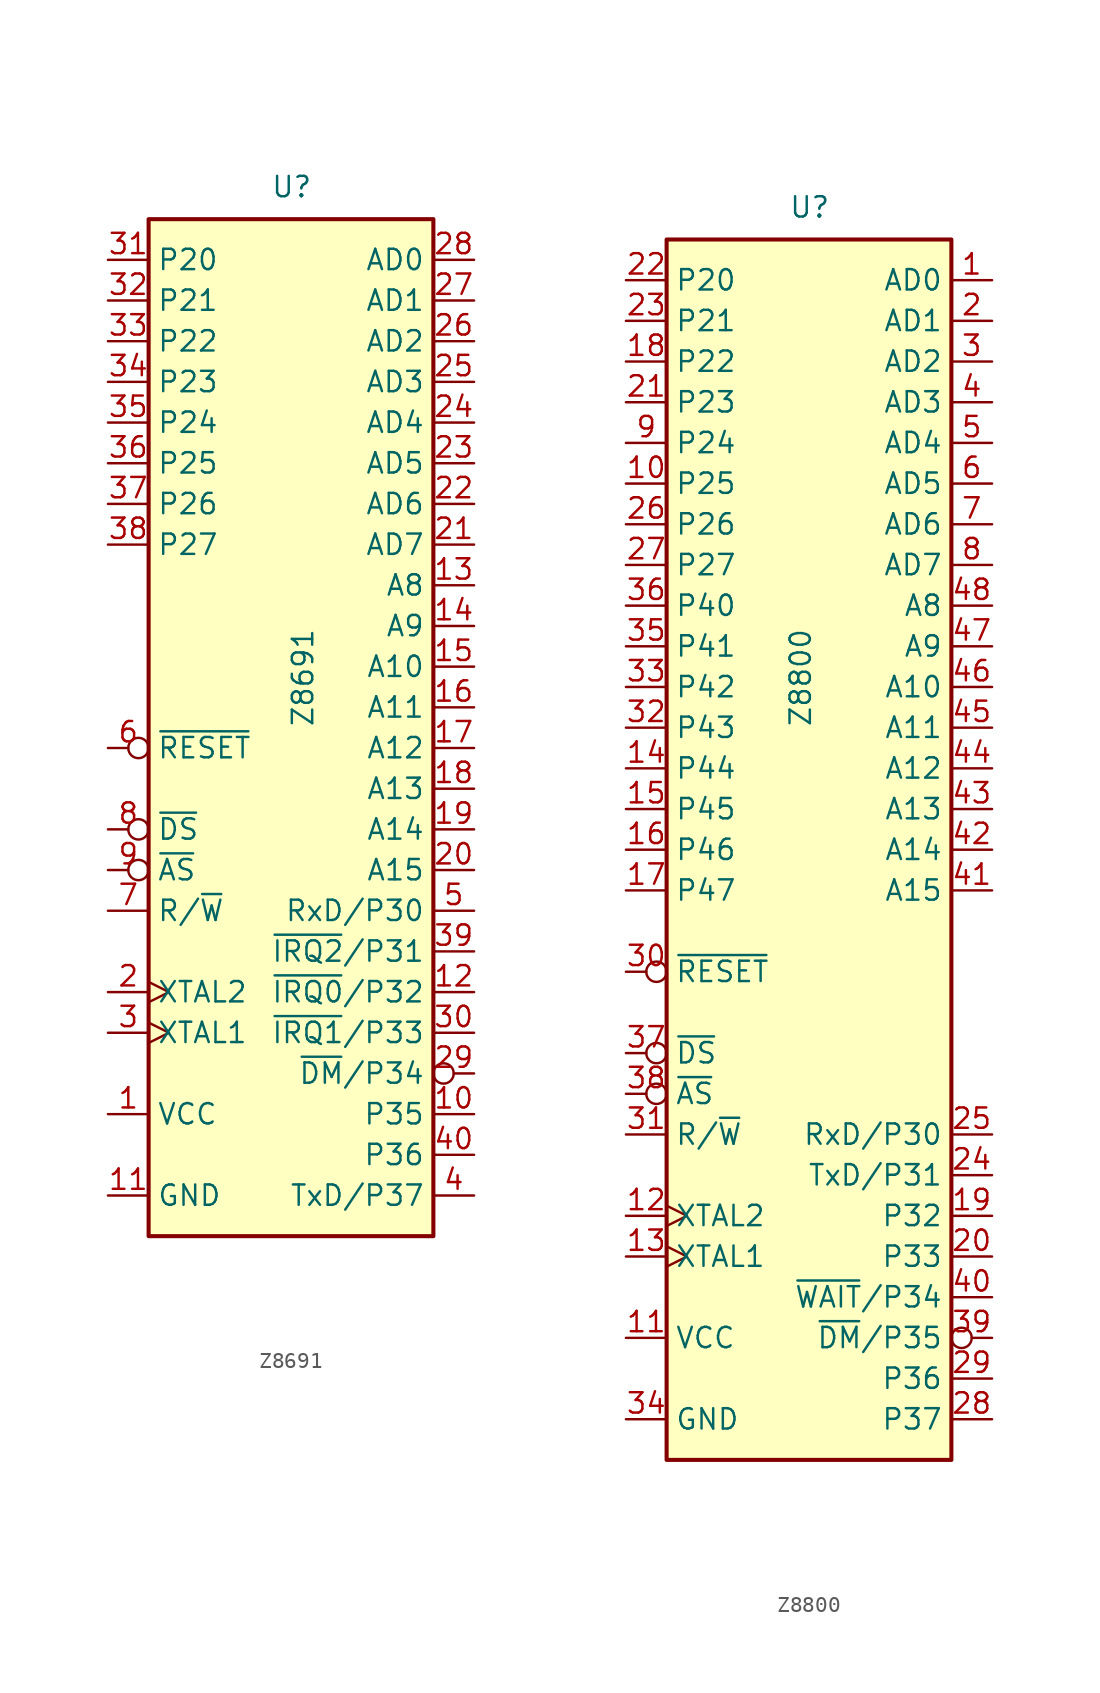
<source format=kicad_sym>
(kicad_symbol_lib
  (version 20211014)
  (generator kicad_symbol_editor)
  (symbol "Z8691"
    (property "Reference" "U"
      (at -1.27 31.75 0)
      (effects (font (size 1.27 1.27)) (justify left bottom)))
    (property "Value" "Z8691"
      (at 0 -1.27 90)
      (effects (font (size 1.27 1.27)) (justify left top)))
    (symbol "Z8691_0_1"
      (rectangle (start -8.89 -33.02) (end 8.89 30.48) (stroke (width 0.254) (type default) (color 0 0 0 0)) (fill (type background))))
    (symbol "Z8691_1_1"
      (pin power_in line (at -11.43 -25.4 0) (length 2.54) (name "VCC" (effects (font (size 1.27 1.27)))) (number "1" (effects (font (size 1.27 1.27)))))
      (pin output line (at 11.43 -25.4 180) (length 2.54) (name "P35" (effects (font (size 1.27 1.27)))) (number "10" (effects (font (size 1.27 1.27)))))
      (pin power_in line (at -11.43 -30.48 0) (length 2.54) (name "GND" (effects (font (size 1.27 1.27)))) (number "11" (effects (font (size 1.27 1.27)))))
      (pin input line (at 11.43 -17.78 180) (length 2.54) (name "~{IRQ0}/P32" (effects (font (size 1.27 1.27)))) (number "12" (effects (font (size 1.27 1.27)))))
      (pin output line (at 11.43 7.62 180) (length 2.54) (name "A8" (effects (font (size 1.27 1.27)))) (number "13" (effects (font (size 1.27 1.27)))))
      (pin output line (at 11.43 5.08 180) (length 2.54) (name "A9" (effects (font (size 1.27 1.27)))) (number "14" (effects (font (size 1.27 1.27)))))
      (pin output line (at 11.43 2.54 180) (length 2.54) (name "A10" (effects (font (size 1.27 1.27)))) (number "15" (effects (font (size 1.27 1.27)))))
      (pin output line (at 11.43 0 180) (length 2.54) (name "A11" (effects (font (size 1.27 1.27)))) (number "16" (effects (font (size 1.27 1.27)))))
      (pin output line (at 11.43 -2.54 180) (length 2.54) (name "A12" (effects (font (size 1.27 1.27)))) (number "17" (effects (font (size 1.27 1.27)))))
      (pin output line (at 11.43 -5.08 180) (length 2.54) (name "A13" (effects (font (size 1.27 1.27)))) (number "18" (effects (font (size 1.27 1.27)))))
      (pin output line (at 11.43 -7.62 180) (length 2.54) (name "A14" (effects (font (size 1.27 1.27)))) (number "19" (effects (font (size 1.27 1.27)))))
      (pin output clock (at -11.43 -17.78 0) (length 2.54) (name "XTAL2" (effects (font (size 1.27 1.27)))) (number "2" (effects (font (size 1.27 1.27)))))
      (pin output line (at 11.43 -10.16 180) (length 2.54) (name "A15" (effects (font (size 1.27 1.27)))) (number "20" (effects (font (size 1.27 1.27)))))
      (pin bidirectional line (at 11.43 10.16 180) (length 2.54) (name "AD7" (effects (font (size 1.27 1.27)))) (number "21" (effects (font (size 1.27 1.27)))))
      (pin bidirectional line (at 11.43 12.7 180) (length 2.54) (name "AD6" (effects (font (size 1.27 1.27)))) (number "22" (effects (font (size 1.27 1.27)))))
      (pin bidirectional line (at 11.43 15.24 180) (length 2.54) (name "AD5" (effects (font (size 1.27 1.27)))) (number "23" (effects (font (size 1.27 1.27)))))
      (pin bidirectional line (at 11.43 17.78 180) (length 2.54) (name "AD4" (effects (font (size 1.27 1.27)))) (number "24" (effects (font (size 1.27 1.27)))))
      (pin bidirectional line (at 11.43 20.32 180) (length 2.54) (name "AD3" (effects (font (size 1.27 1.27)))) (number "25" (effects (font (size 1.27 1.27)))))
      (pin bidirectional line (at 11.43 22.86 180) (length 2.54) (name "AD2" (effects (font (size 1.27 1.27)))) (number "26" (effects (font (size 1.27 1.27)))))
      (pin bidirectional line (at 11.43 25.4 180) (length 2.54) (name "AD1" (effects (font (size 1.27 1.27)))) (number "27" (effects (font (size 1.27 1.27)))))
      (pin bidirectional line (at 11.43 27.94 180) (length 2.54) (name "AD0" (effects (font (size 1.27 1.27)))) (number "28" (effects (font (size 1.27 1.27)))))
      (pin output inverted (at 11.43 -22.86 180) (length 2.54) (name "~{DM}/P34" (effects (font (size 1.27 1.27)))) (number "29" (effects (font (size 1.27 1.27)))))
      (pin input clock (at -11.43 -20.32 0) (length 2.54) (name "XTAL1" (effects (font (size 1.27 1.27)))) (number "3" (effects (font (size 1.27 1.27)))))
      (pin input line (at 11.43 -20.32 180) (length 2.54) (name "~{IRQ1}/P33" (effects (font (size 1.27 1.27)))) (number "30" (effects (font (size 1.27 1.27)))))
      (pin bidirectional line (at -11.43 27.94 0) (length 2.54) (name "P20" (effects (font (size 1.27 1.27)))) (number "31" (effects (font (size 1.27 1.27)))))
      (pin bidirectional line (at -11.43 25.4 0) (length 2.54) (name "P21" (effects (font (size 1.27 1.27)))) (number "32" (effects (font (size 1.27 1.27)))))
      (pin bidirectional line (at -11.43 22.86 0) (length 2.54) (name "P22" (effects (font (size 1.27 1.27)))) (number "33" (effects (font (size 1.27 1.27)))))
      (pin bidirectional line (at -11.43 20.32 0) (length 2.54) (name "P23" (effects (font (size 1.27 1.27)))) (number "34" (effects (font (size 1.27 1.27)))))
      (pin bidirectional line (at -11.43 17.78 0) (length 2.54) (name "P24" (effects (font (size 1.27 1.27)))) (number "35" (effects (font (size 1.27 1.27)))))
      (pin bidirectional line (at -11.43 15.24 0) (length 2.54) (name "P25" (effects (font (size 1.27 1.27)))) (number "36" (effects (font (size 1.27 1.27)))))
      (pin bidirectional line (at -11.43 12.7 0) (length 2.54) (name "P26" (effects (font (size 1.27 1.27)))) (number "37" (effects (font (size 1.27 1.27)))))
      (pin bidirectional line (at -11.43 10.16 0) (length 2.54) (name "P27" (effects (font (size 1.27 1.27)))) (number "38" (effects (font (size 1.27 1.27)))))
      (pin input line (at 11.43 -15.24 180) (length 2.54) (name "~{IRQ2}/P31" (effects (font (size 1.27 1.27)))) (number "39" (effects (font (size 1.27 1.27)))))
      (pin output line (at 11.43 -30.48 180) (length 2.54) (name "TxD/P37" (effects (font (size 1.27 1.27)))) (number "4" (effects (font (size 1.27 1.27)))))
      (pin output line (at 11.43 -27.94 180) (length 2.54) (name "P36" (effects (font (size 1.27 1.27)))) (number "40" (effects (font (size 1.27 1.27)))))
      (pin input line (at 11.43 -12.7 180) (length 2.54) (name "RxD/P30" (effects (font (size 1.27 1.27)))) (number "5" (effects (font (size 1.27 1.27)))))
      (pin input inverted (at -11.43 -2.54 0) (length 2.54) (name "~{RESET}" (effects (font (size 1.27 1.27)))) (number "6" (effects (font (size 1.27 1.27)))))
      (pin output line (at -11.43 -12.7 0) (length 2.54) (name "R/~{W}" (effects (font (size 1.27 1.27)))) (number "7" (effects (font (size 1.27 1.27)))))
      (pin output inverted (at -11.43 -7.62 0) (length 2.54) (name "~{DS}" (effects (font (size 1.27 1.27)))) (number "8" (effects (font (size 1.27 1.27)))))
      (pin output inverted (at -11.43 -10.16 0) (length 2.54) (name "~{AS}" (effects (font (size 1.27 1.27)))) (number "9" (effects (font (size 1.27 1.27)))))))
  (symbol "Z8800"
    (property "Reference" "U"
      (at -1.27 39.37 0)
      (effects (font (size 1.27 1.27)) (justify left bottom)))
    (property "Value" "Z8800"
      (at -1.27 7.62 90)
      (effects (font (size 1.27 1.27)) (justify left top)))
    (symbol "Z8800_0_0"
      (pin bidirectional line (at -11.43 5.08 0) (length 2.54) (name "P44" (effects (font (size 1.27 1.27)))) (number "14" (effects (font (size 1.27 1.27)))))
      (pin bidirectional line (at -11.43 2.54 0) (length 2.54) (name "P45" (effects (font (size 1.27 1.27)))) (number "15" (effects (font (size 1.27 1.27)))))
      (pin bidirectional line (at -11.43 0 0) (length 2.54) (name "P46" (effects (font (size 1.27 1.27)))) (number "16" (effects (font (size 1.27 1.27)))))
      (pin bidirectional line (at -11.43 -2.54 0) (length 2.54) (name "P47" (effects (font (size 1.27 1.27)))) (number "17" (effects (font (size 1.27 1.27)))))
      (pin bidirectional line (at 11.43 -35.56 180) (length 2.54) (name "P37" (effects (font (size 1.27 1.27)))) (number "28" (effects (font (size 1.27 1.27)))))
      (pin bidirectional line (at 11.43 -33.02 180) (length 2.54) (name "P36" (effects (font (size 1.27 1.27)))) (number "29" (effects (font (size 1.27 1.27)))))
      (pin bidirectional line (at -11.43 7.62 0) (length 2.54) (name "P43" (effects (font (size 1.27 1.27)))) (number "32" (effects (font (size 1.27 1.27)))))
      (pin bidirectional line (at -11.43 10.16 0) (length 2.54) (name "P42" (effects (font (size 1.27 1.27)))) (number "33" (effects (font (size 1.27 1.27)))))
      (pin bidirectional line (at -11.43 15.24 0) (length 2.54) (name "P40" (effects (font (size 1.27 1.27)))) (number "36" (effects (font (size 1.27 1.27))))))
    (symbol "Z8800_0_1"
      (rectangle (start -8.89 -38.1) (end 8.89 38.1) (stroke (width 0.254) (type default) (color 0 0 0 0)) (fill (type background))))
    (symbol "Z8800_1_1"
      (pin bidirectional line (at 11.43 35.56 180) (length 2.54) (name "AD0" (effects (font (size 1.27 1.27)))) (number "1" (effects (font (size 1.27 1.27)))))
      (pin bidirectional line (at -11.43 22.86 0) (length 2.54) (name "P25" (effects (font (size 1.27 1.27)))) (number "10" (effects (font (size 1.27 1.27)))))
      (pin power_in line (at -11.43 -30.48 0) (length 2.54) (name "VCC" (effects (font (size 1.27 1.27)))) (number "11" (effects (font (size 1.27 1.27)))))
      (pin output clock (at -11.43 -22.86 0) (length 2.54) (name "XTAL2" (effects (font (size 1.27 1.27)))) (number "12" (effects (font (size 1.27 1.27)))))
      (pin input clock (at -11.43 -25.4 0) (length 2.54) (name "XTAL1" (effects (font (size 1.27 1.27)))) (number "13" (effects (font (size 1.27 1.27)))))
      (pin bidirectional line (at -11.43 30.48 0) (length 2.54) (name "P22" (effects (font (size 1.27 1.27)))) (number "18" (effects (font (size 1.27 1.27)))))
      (pin bidirectional line (at 11.43 -22.86 180) (length 2.54) (name "P32" (effects (font (size 1.27 1.27)))) (number "19" (effects (font (size 1.27 1.27)))))
      (pin bidirectional line (at 11.43 33.02 180) (length 2.54) (name "AD1" (effects (font (size 1.27 1.27)))) (number "2" (effects (font (size 1.27 1.27)))))
      (pin bidirectional line (at 11.43 -25.4 180) (length 2.54) (name "P33" (effects (font (size 1.27 1.27)))) (number "20" (effects (font (size 1.27 1.27)))))
      (pin bidirectional line (at -11.43 27.94 0) (length 2.54) (name "P23" (effects (font (size 1.27 1.27)))) (number "21" (effects (font (size 1.27 1.27)))))
      (pin bidirectional line (at -11.43 35.56 0) (length 2.54) (name "P20" (effects (font (size 1.27 1.27)))) (number "22" (effects (font (size 1.27 1.27)))))
      (pin bidirectional line (at -11.43 33.02 0) (length 2.54) (name "P21" (effects (font (size 1.27 1.27)))) (number "23" (effects (font (size 1.27 1.27)))))
      (pin output line (at 11.43 -20.32 180) (length 2.54) (name "TxD/P31" (effects (font (size 1.27 1.27)))) (number "24" (effects (font (size 1.27 1.27)))))
      (pin input line (at 11.43 -17.78 180) (length 2.54) (name "RxD/P30" (effects (font (size 1.27 1.27)))) (number "25" (effects (font (size 1.27 1.27)))))
      (pin bidirectional line (at -11.43 20.32 0) (length 2.54) (name "P26" (effects (font (size 1.27 1.27)))) (number "26" (effects (font (size 1.27 1.27)))))
      (pin bidirectional line (at -11.43 17.78 0) (length 2.54) (name "P27" (effects (font (size 1.27 1.27)))) (number "27" (effects (font (size 1.27 1.27)))))
      (pin bidirectional line (at 11.43 30.48 180) (length 2.54) (name "AD2" (effects (font (size 1.27 1.27)))) (number "3" (effects (font (size 1.27 1.27)))))
      (pin input inverted (at -11.43 -7.62 0) (length 2.54) (name "~{RESET}" (effects (font (size 1.27 1.27)))) (number "30" (effects (font (size 1.27 1.27)))))
      (pin output line (at -11.43 -17.78 0) (length 2.54) (name "R/~{W}" (effects (font (size 1.27 1.27)))) (number "31" (effects (font (size 1.27 1.27)))))
      (pin power_in line (at -11.43 -35.56 0) (length 2.54) (name "GND" (effects (font (size 1.27 1.27)))) (number "34" (effects (font (size 1.27 1.27)))))
      (pin bidirectional line (at -11.43 12.7 0) (length 2.54) (name "P41" (effects (font (size 1.27 1.27)))) (number "35" (effects (font (size 1.27 1.27)))))
      (pin output inverted (at -11.43 -12.7 0) (length 2.54) (name "~{DS}" (effects (font (size 1.27 1.27)))) (number "37" (effects (font (size 1.27 1.27)))))
      (pin output inverted (at -11.43 -15.24 0) (length 2.54) (name "~{AS}" (effects (font (size 1.27 1.27)))) (number "38" (effects (font (size 1.27 1.27)))))
      (pin output inverted (at 11.43 -30.48 180) (length 2.54) (name "~{DM}/P35" (effects (font (size 1.27 1.27)))) (number "39" (effects (font (size 1.27 1.27)))))
      (pin bidirectional line (at 11.43 27.94 180) (length 2.54) (name "AD3" (effects (font (size 1.27 1.27)))) (number "4" (effects (font (size 1.27 1.27)))))
      (pin input line (at 11.43 -27.94 180) (length 2.54) (name "~{WAIT}/P34" (effects (font (size 1.27 1.27)))) (number "40" (effects (font (size 1.27 1.27)))))
      (pin output line (at 11.43 -2.54 180) (length 2.54) (name "A15" (effects (font (size 1.27 1.27)))) (number "41" (effects (font (size 1.27 1.27)))))
      (pin output line (at 11.43 0 180) (length 2.54) (name "A14" (effects (font (size 1.27 1.27)))) (number "42" (effects (font (size 1.27 1.27)))))
      (pin output line (at 11.43 2.54 180) (length 2.54) (name "A13" (effects (font (size 1.27 1.27)))) (number "43" (effects (font (size 1.27 1.27)))))
      (pin output line (at 11.43 5.08 180) (length 2.54) (name "A12" (effects (font (size 1.27 1.27)))) (number "44" (effects (font (size 1.27 1.27)))))
      (pin output line (at 11.43 7.62 180) (length 2.54) (name "A11" (effects (font (size 1.27 1.27)))) (number "45" (effects (font (size 1.27 1.27)))))
      (pin output line (at 11.43 10.16 180) (length 2.54) (name "A10" (effects (font (size 1.27 1.27)))) (number "46" (effects (font (size 1.27 1.27)))))
      (pin output line (at 11.43 12.7 180) (length 2.54) (name "A9" (effects (font (size 1.27 1.27)))) (number "47" (effects (font (size 1.27 1.27)))))
      (pin output line (at 11.43 15.24 180) (length 2.54) (name "A8" (effects (font (size 1.27 1.27)))) (number "48" (effects (font (size 1.27 1.27)))))
      (pin bidirectional line (at 11.43 25.4 180) (length 2.54) (name "AD4" (effects (font (size 1.27 1.27)))) (number "5" (effects (font (size 1.27 1.27)))))
      (pin bidirectional line (at 11.43 22.86 180) (length 2.54) (name "AD5" (effects (font (size 1.27 1.27)))) (number "6" (effects (font (size 1.27 1.27)))))
      (pin bidirectional line (at 11.43 20.32 180) (length 2.54) (name "AD6" (effects (font (size 1.27 1.27)))) (number "7" (effects (font (size 1.27 1.27)))))
      (pin bidirectional line (at 11.43 17.78 180) (length 2.54) (name "AD7" (effects (font (size 1.27 1.27)))) (number "8" (effects (font (size 1.27 1.27)))))
      (pin bidirectional line (at -11.43 25.4 0) (length 2.54) (name "P24" (effects (font (size 1.27 1.27)))) (number "9" (effects (font (size 1.27 1.27))))))))
</source>
